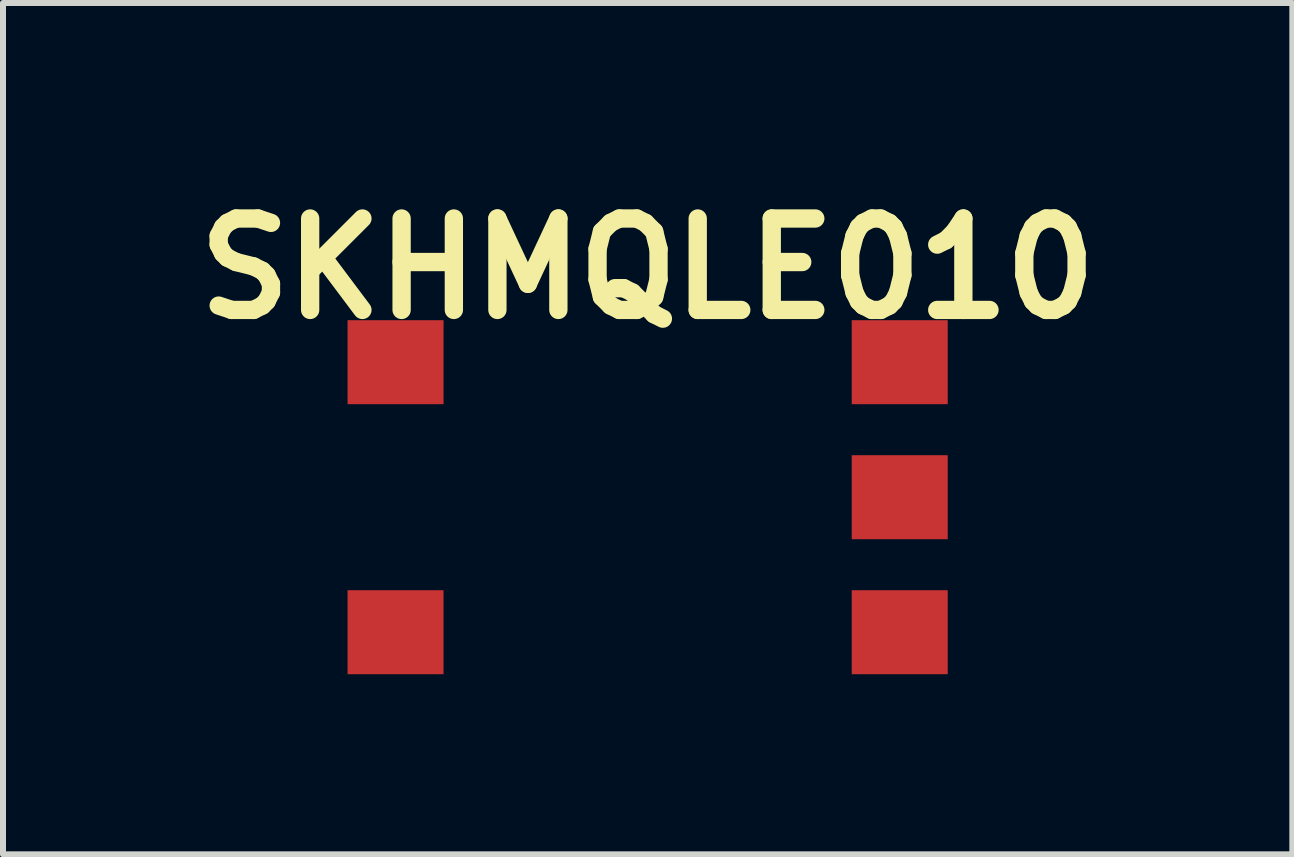
<source format=kicad_pcb>
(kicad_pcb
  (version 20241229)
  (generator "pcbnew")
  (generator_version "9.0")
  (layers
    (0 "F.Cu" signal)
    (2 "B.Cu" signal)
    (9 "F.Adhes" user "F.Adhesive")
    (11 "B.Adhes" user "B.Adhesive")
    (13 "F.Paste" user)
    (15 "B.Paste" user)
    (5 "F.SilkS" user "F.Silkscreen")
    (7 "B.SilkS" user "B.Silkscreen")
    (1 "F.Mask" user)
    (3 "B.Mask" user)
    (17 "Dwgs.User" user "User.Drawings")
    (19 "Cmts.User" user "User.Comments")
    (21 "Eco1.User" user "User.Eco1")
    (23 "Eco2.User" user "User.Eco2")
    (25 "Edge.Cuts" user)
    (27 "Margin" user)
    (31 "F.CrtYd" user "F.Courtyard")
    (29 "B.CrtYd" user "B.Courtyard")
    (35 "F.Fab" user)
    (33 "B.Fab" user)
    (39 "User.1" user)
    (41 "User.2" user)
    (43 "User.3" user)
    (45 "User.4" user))
  (footprint "SKHMQLE010"
    (layer "F.Cu")
    (at 7.743 5.236)
    (property "Reference" "SKHMQLE010" (at 0 -3.81 0) (layer "F.SilkS") (effects (font (size 1.524 1.524) (thickness 0.305))))
    (attr through_hole)
    (pad "0" smd rect (at 4.201 0) (size 1.6 1.4) (layers "F.Cu" "F.Mask" "F.Paste"))
    (pad "1" smd rect (at -4.201 -2.25) (size 1.6 1.4) (layers "F.Cu" "F.Mask" "F.Paste"))
    (pad "1" smd rect (at 4.201 -2.25) (size 1.6 1.4) (layers "F.Cu" "F.Mask" "F.Paste"))
    (pad "2" smd rect (at -4.201 2.25) (size 1.6 1.4) (layers "F.Cu" "F.Mask" "F.Paste"))
    (pad "2" smd rect (at 4.201 2.25) (size 1.6 1.4) (layers "F.Cu" "F.Mask" "F.Paste")))
  (gr_rect
    (start -3 -3)
    (end 18.487 11.187)
    (stroke (width 0.1) (type default))
    (fill no)
    (layer "Edge.Cuts")))
</source>
